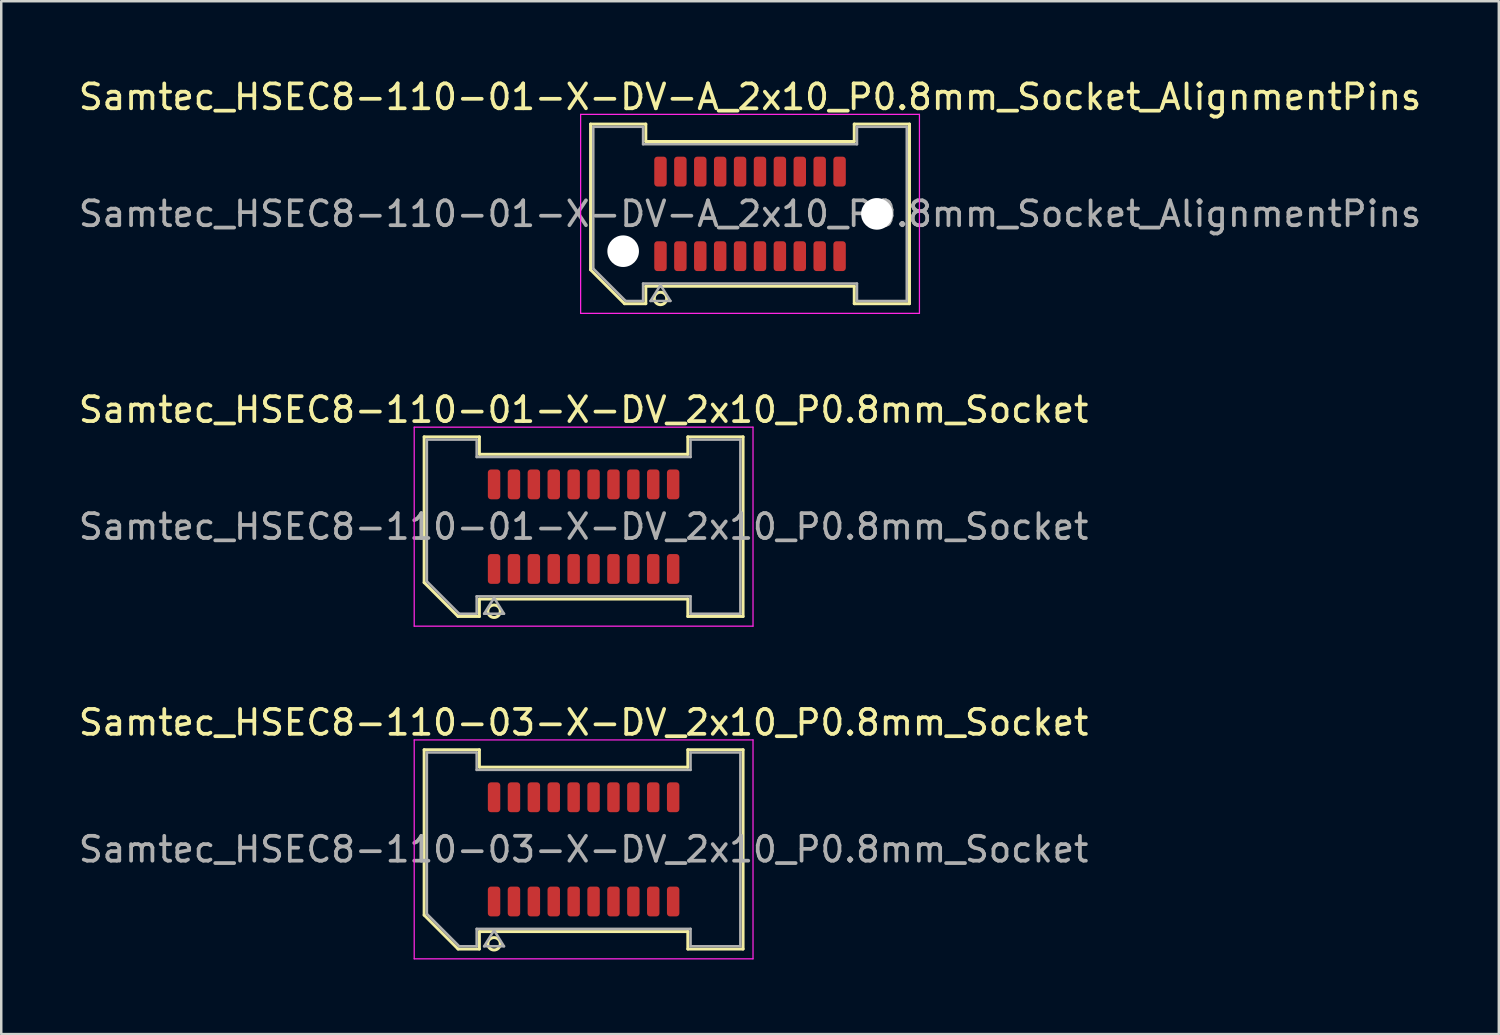
<source format=kicad_pcb>
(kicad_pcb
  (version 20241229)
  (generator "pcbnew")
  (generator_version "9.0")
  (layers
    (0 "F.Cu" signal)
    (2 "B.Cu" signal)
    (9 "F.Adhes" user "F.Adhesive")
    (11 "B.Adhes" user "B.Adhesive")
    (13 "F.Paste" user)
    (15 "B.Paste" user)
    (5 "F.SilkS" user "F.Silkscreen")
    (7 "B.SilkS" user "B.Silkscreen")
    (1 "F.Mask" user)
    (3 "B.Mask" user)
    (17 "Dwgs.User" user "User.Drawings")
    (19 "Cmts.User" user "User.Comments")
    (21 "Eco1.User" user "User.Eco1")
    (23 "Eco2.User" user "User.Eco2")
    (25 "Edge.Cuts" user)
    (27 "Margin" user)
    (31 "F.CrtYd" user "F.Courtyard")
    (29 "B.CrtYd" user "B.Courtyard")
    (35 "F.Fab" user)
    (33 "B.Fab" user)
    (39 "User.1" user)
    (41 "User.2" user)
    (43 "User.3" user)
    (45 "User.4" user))
  (footprint "Samtec_HSEC8-110-01-X-DV-A_2x10_P0.8mm_Socket_AlignmentPins"
    (layer "F.Cu")
    (at 27.101 5.548)
    (property "Reference" "Samtec_HSEC8-110-01-X-DV-A_2x10_P0.8mm_Socket_AlignmentPins" (at 0 -4.7 0) (layer "F.SilkS") (effects (font (size 1 1) (thickness 0.15))))
    (attr smd)
    (fp_line (start -6.41 -3.61) (end -4.19 -3.61) (stroke (width 0.12) (type solid)) (layer "F.SilkS"))
    (fp_line (start -6.41 2.246) (end -6.41 -3.61) (stroke (width 0.12) (type solid)) (layer "F.SilkS"))
    (fp_line (start -5.046 3.61) (end -6.41 2.246) (stroke (width 0.12) (type solid)) (layer "F.SilkS"))
    (fp_line (start -4.19 -3.61) (end -4.19 -2.91) (stroke (width 0.12) (type solid)) (layer "F.SilkS"))
    (fp_line (start -4.19 -2.91) (end 4.19 -2.91) (stroke (width 0.12) (type solid)) (layer "F.SilkS"))
    (fp_line (start -4.19 2.91) (end -4.19 3.61) (stroke (width 0.12) (type solid)) (layer "F.SilkS"))
    (fp_line (start -4.19 3.61) (end -5.046 3.61) (stroke (width 0.12) (type solid)) (layer "F.SilkS"))
    (fp_line (start 4.19 -3.61) (end 6.41 -3.61) (stroke (width 0.12) (type solid)) (layer "F.SilkS"))
    (fp_line (start 4.19 -2.91) (end 4.19 -3.61) (stroke (width 0.12) (type solid)) (layer "F.SilkS"))
    (fp_line (start 4.19 2.91) (end -4.19 2.91) (stroke (width 0.12) (type solid)) (layer "F.SilkS"))
    (fp_line (start 4.19 3.61) (end 4.19 2.91) (stroke (width 0.12) (type solid)) (layer "F.SilkS"))
    (fp_line (start 6.41 -3.61) (end 6.41 3.61) (stroke (width 0.12) (type solid)) (layer "F.SilkS"))
    (fp_line (start 6.41 3.61) (end 4.19 3.61) (stroke (width 0.12) (type solid)) (layer "F.SilkS"))
    (fp_arc (start -3.35 3.4) (mid -3.85 3.4) (end -3.35 3.4) (stroke (width 0.12) (type solid)) (layer "F.SilkS"))
    (fp_line (start -6.81 -4) (end -6.81 4) (stroke (width 0.05) (type solid)) (layer "F.CrtYd"))
    (fp_line (start -6.81 4) (end 6.81 4) (stroke (width 0.05) (type solid)) (layer "F.CrtYd"))
    (fp_line (start 6.81 -4) (end -6.81 -4) (stroke (width 0.05) (type solid)) (layer "F.CrtYd"))
    (fp_line (start 6.81 4) (end 6.81 -4) (stroke (width 0.05) (type solid)) (layer "F.CrtYd"))
    (fp_line (start -6.3 -3.5) (end -4.3 -3.5) (stroke (width 0.1) (type solid)) (layer "F.Fab"))
    (fp_line (start -6.3 2.2) (end -6.3 -3.5) (stroke (width 0.1) (type solid)) (layer "F.Fab"))
    (fp_line (start -5 3.5) (end -6.3 2.2) (stroke (width 0.1) (type solid)) (layer "F.Fab"))
    (fp_line (start -4.3 -3.5) (end -4.3 -2.8) (stroke (width 0.1) (type solid)) (layer "F.Fab"))
    (fp_line (start -4.3 -2.8) (end 4.3 -2.8) (stroke (width 0.1) (type solid)) (layer "F.Fab"))
    (fp_line (start -4.3 2.8) (end -4.3 3.5) (stroke (width 0.1) (type solid)) (layer "F.Fab"))
    (fp_line (start -4.3 3.5) (end -5 3.5) (stroke (width 0.1) (type solid)) (layer "F.Fab"))
    (fp_line (start -4 3.5) (end -3.6 2.86) (stroke (width 0.1) (type solid)) (layer "F.Fab"))
    (fp_line (start -3.6 2.86) (end -3.2 3.5) (stroke (width 0.1) (type solid)) (layer "F.Fab"))
    (fp_line (start -3.2 3.5) (end -4 3.5) (stroke (width 0.1) (type solid)) (layer "F.Fab"))
    (fp_line (start 4.3 -3.5) (end 6.3 -3.5) (stroke (width 0.1) (type solid)) (layer "F.Fab"))
    (fp_line (start 4.3 -2.8) (end 4.3 -3.5) (stroke (width 0.1) (type solid)) (layer "F.Fab"))
    (fp_line (start 4.3 2.8) (end -4.3 2.8) (stroke (width 0.1) (type solid)) (layer "F.Fab"))
    (fp_line (start 4.3 3.5) (end 4.3 2.8) (stroke (width 0.1) (type solid)) (layer "F.Fab"))
    (fp_line (start 6.3 -3.5) (end 6.3 3.5) (stroke (width 0.1) (type solid)) (layer "F.Fab"))
    (fp_line (start 6.3 3.5) (end 4.3 3.5) (stroke (width 0.1) (type solid)) (layer "F.Fab"))
    (fp_text user "${REFERENCE}" (at 0 0 0) (layer "F.Fab") (effects (font (size 1 1) (thickness 0.15))))
    (pad "" np_thru_hole circle (at -5.1 1.5) (size 1.27 1.27) (drill 1.27) (layers "*.Cu" "*.Mask"))
    (pad "" np_thru_hole circle (at 5.1 0) (size 1.27 1.27) (drill 1.27) (layers "*.Cu" "*.Mask"))
    (pad "1" smd roundrect (at -3.6 1.7) (size 0.5 1.2) (layers "F.Cu" "F.Mask" "F.Paste") (roundrect_rratio 0.25))
    (pad "2" smd roundrect (at -3.6 -1.7) (size 0.5 1.2) (layers "F.Cu" "F.Mask" "F.Paste") (roundrect_rratio 0.25))
    (pad "3" smd roundrect (at -2.8 1.7) (size 0.5 1.2) (layers "F.Cu" "F.Mask" "F.Paste") (roundrect_rratio 0.25))
    (pad "4" smd roundrect (at -2.8 -1.7) (size 0.5 1.2) (layers "F.Cu" "F.Mask" "F.Paste") (roundrect_rratio 0.25))
    (pad "5" smd roundrect (at -2 1.7) (size 0.5 1.2) (layers "F.Cu" "F.Mask" "F.Paste") (roundrect_rratio 0.25))
    (pad "6" smd roundrect (at -2 -1.7) (size 0.5 1.2) (layers "F.Cu" "F.Mask" "F.Paste") (roundrect_rratio 0.25))
    (pad "7" smd roundrect (at -1.2 1.7) (size 0.5 1.2) (layers "F.Cu" "F.Mask" "F.Paste") (roundrect_rratio 0.25))
    (pad "8" smd roundrect (at -1.2 -1.7) (size 0.5 1.2) (layers "F.Cu" "F.Mask" "F.Paste") (roundrect_rratio 0.25))
    (pad "9" smd roundrect (at -0.4 1.7) (size 0.5 1.2) (layers "F.Cu" "F.Mask" "F.Paste") (roundrect_rratio 0.25))
    (pad "10" smd roundrect (at -0.4 -1.7) (size 0.5 1.2) (layers "F.Cu" "F.Mask" "F.Paste") (roundrect_rratio 0.25))
    (pad "11" smd roundrect (at 0.4 1.7) (size 0.5 1.2) (layers "F.Cu" "F.Mask" "F.Paste") (roundrect_rratio 0.25))
    (pad "12" smd roundrect (at 0.4 -1.7) (size 0.5 1.2) (layers "F.Cu" "F.Mask" "F.Paste") (roundrect_rratio 0.25))
    (pad "13" smd roundrect (at 1.2 1.7) (size 0.5 1.2) (layers "F.Cu" "F.Mask" "F.Paste") (roundrect_rratio 0.25))
    (pad "14" smd roundrect (at 1.2 -1.7) (size 0.5 1.2) (layers "F.Cu" "F.Mask" "F.Paste") (roundrect_rratio 0.25))
    (pad "15" smd roundrect (at 2 1.7) (size 0.5 1.2) (layers "F.Cu" "F.Mask" "F.Paste") (roundrect_rratio 0.25))
    (pad "16" smd roundrect (at 2 -1.7) (size 0.5 1.2) (layers "F.Cu" "F.Mask" "F.Paste") (roundrect_rratio 0.25))
    (pad "17" smd roundrect (at 2.8 1.7) (size 0.5 1.2) (layers "F.Cu" "F.Mask" "F.Paste") (roundrect_rratio 0.25))
    (pad "18" smd roundrect (at 2.8 -1.7) (size 0.5 1.2) (layers "F.Cu" "F.Mask" "F.Paste") (roundrect_rratio 0.25))
    (pad "19" smd roundrect (at 3.6 1.7) (size 0.5 1.2) (layers "F.Cu" "F.Mask" "F.Paste") (roundrect_rratio 0.25))
    (pad "20" smd roundrect (at 3.6 -1.7) (size 0.5 1.2) (layers "F.Cu" "F.Mask" "F.Paste") (roundrect_rratio 0.25)))
  (footprint "Samtec_HSEC8-110-01-X-DV_2x10_P0.8mm_Socket"
    (layer "F.Cu")
    (at 20.411 18.122)
    (property "Reference" "Samtec_HSEC8-110-01-X-DV_2x10_P0.8mm_Socket" (at 0 -4.7 0) (layer "F.SilkS") (effects (font (size 1 1) (thickness 0.15))))
    (attr smd)
    (fp_line (start -6.41 -3.61) (end -4.19 -3.61) (stroke (width 0.12) (type solid)) (layer "F.SilkS"))
    (fp_line (start -6.41 2.246) (end -6.41 -3.61) (stroke (width 0.12) (type solid)) (layer "F.SilkS"))
    (fp_line (start -5.046 3.61) (end -6.41 2.246) (stroke (width 0.12) (type solid)) (layer "F.SilkS"))
    (fp_line (start -4.19 -3.61) (end -4.19 -2.91) (stroke (width 0.12) (type solid)) (layer "F.SilkS"))
    (fp_line (start -4.19 -2.91) (end 4.19 -2.91) (stroke (width 0.12) (type solid)) (layer "F.SilkS"))
    (fp_line (start -4.19 2.91) (end -4.19 3.61) (stroke (width 0.12) (type solid)) (layer "F.SilkS"))
    (fp_line (start -4.19 3.61) (end -5.046 3.61) (stroke (width 0.12) (type solid)) (layer "F.SilkS"))
    (fp_line (start 4.19 -3.61) (end 6.41 -3.61) (stroke (width 0.12) (type solid)) (layer "F.SilkS"))
    (fp_line (start 4.19 -2.91) (end 4.19 -3.61) (stroke (width 0.12) (type solid)) (layer "F.SilkS"))
    (fp_line (start 4.19 2.91) (end -4.19 2.91) (stroke (width 0.12) (type solid)) (layer "F.SilkS"))
    (fp_line (start 4.19 3.61) (end 4.19 2.91) (stroke (width 0.12) (type solid)) (layer "F.SilkS"))
    (fp_line (start 6.41 -3.61) (end 6.41 3.61) (stroke (width 0.12) (type solid)) (layer "F.SilkS"))
    (fp_line (start 6.41 3.61) (end 4.19 3.61) (stroke (width 0.12) (type solid)) (layer "F.SilkS"))
    (fp_arc (start -3.35 3.4) (mid -3.85 3.4) (end -3.35 3.4) (stroke (width 0.12) (type solid)) (layer "F.SilkS"))
    (fp_line (start -6.81 -4) (end -6.81 4) (stroke (width 0.05) (type solid)) (layer "F.CrtYd"))
    (fp_line (start -6.81 4) (end 6.81 4) (stroke (width 0.05) (type solid)) (layer "F.CrtYd"))
    (fp_line (start 6.81 -4) (end -6.81 -4) (stroke (width 0.05) (type solid)) (layer "F.CrtYd"))
    (fp_line (start 6.81 4) (end 6.81 -4) (stroke (width 0.05) (type solid)) (layer "F.CrtYd"))
    (fp_line (start -6.3 -3.5) (end -4.3 -3.5) (stroke (width 0.1) (type solid)) (layer "F.Fab"))
    (fp_line (start -6.3 2.2) (end -6.3 -3.5) (stroke (width 0.1) (type solid)) (layer "F.Fab"))
    (fp_line (start -5 3.5) (end -6.3 2.2) (stroke (width 0.1) (type solid)) (layer "F.Fab"))
    (fp_line (start -4.3 -3.5) (end -4.3 -2.8) (stroke (width 0.1) (type solid)) (layer "F.Fab"))
    (fp_line (start -4.3 -2.8) (end 4.3 -2.8) (stroke (width 0.1) (type solid)) (layer "F.Fab"))
    (fp_line (start -4.3 2.8) (end -4.3 3.5) (stroke (width 0.1) (type solid)) (layer "F.Fab"))
    (fp_line (start -4.3 3.5) (end -5 3.5) (stroke (width 0.1) (type solid)) (layer "F.Fab"))
    (fp_line (start -4 3.5) (end -3.6 2.86) (stroke (width 0.1) (type solid)) (layer "F.Fab"))
    (fp_line (start -3.6 2.86) (end -3.2 3.5) (stroke (width 0.1) (type solid)) (layer "F.Fab"))
    (fp_line (start -3.2 3.5) (end -4 3.5) (stroke (width 0.1) (type solid)) (layer "F.Fab"))
    (fp_line (start 4.3 -3.5) (end 6.3 -3.5) (stroke (width 0.1) (type solid)) (layer "F.Fab"))
    (fp_line (start 4.3 -2.8) (end 4.3 -3.5) (stroke (width 0.1) (type solid)) (layer "F.Fab"))
    (fp_line (start 4.3 2.8) (end -4.3 2.8) (stroke (width 0.1) (type solid)) (layer "F.Fab"))
    (fp_line (start 4.3 3.5) (end 4.3 2.8) (stroke (width 0.1) (type solid)) (layer "F.Fab"))
    (fp_line (start 6.3 -3.5) (end 6.3 3.5) (stroke (width 0.1) (type solid)) (layer "F.Fab"))
    (fp_line (start 6.3 3.5) (end 4.3 3.5) (stroke (width 0.1) (type solid)) (layer "F.Fab"))
    (fp_text user "${REFERENCE}" (at 0 0 0) (layer "F.Fab") (effects (font (size 1 1) (thickness 0.15))))
    (pad "1" smd roundrect (at -3.6 1.7) (size 0.5 1.2) (layers "F.Cu" "F.Mask" "F.Paste") (roundrect_rratio 0.25))
    (pad "2" smd roundrect (at -3.6 -1.7) (size 0.5 1.2) (layers "F.Cu" "F.Mask" "F.Paste") (roundrect_rratio 0.25))
    (pad "3" smd roundrect (at -2.8 1.7) (size 0.5 1.2) (layers "F.Cu" "F.Mask" "F.Paste") (roundrect_rratio 0.25))
    (pad "4" smd roundrect (at -2.8 -1.7) (size 0.5 1.2) (layers "F.Cu" "F.Mask" "F.Paste") (roundrect_rratio 0.25))
    (pad "5" smd roundrect (at -2 1.7) (size 0.5 1.2) (layers "F.Cu" "F.Mask" "F.Paste") (roundrect_rratio 0.25))
    (pad "6" smd roundrect (at -2 -1.7) (size 0.5 1.2) (layers "F.Cu" "F.Mask" "F.Paste") (roundrect_rratio 0.25))
    (pad "7" smd roundrect (at -1.2 1.7) (size 0.5 1.2) (layers "F.Cu" "F.Mask" "F.Paste") (roundrect_rratio 0.25))
    (pad "8" smd roundrect (at -1.2 -1.7) (size 0.5 1.2) (layers "F.Cu" "F.Mask" "F.Paste") (roundrect_rratio 0.25))
    (pad "9" smd roundrect (at -0.4 1.7) (size 0.5 1.2) (layers "F.Cu" "F.Mask" "F.Paste") (roundrect_rratio 0.25))
    (pad "10" smd roundrect (at -0.4 -1.7) (size 0.5 1.2) (layers "F.Cu" "F.Mask" "F.Paste") (roundrect_rratio 0.25))
    (pad "11" smd roundrect (at 0.4 1.7) (size 0.5 1.2) (layers "F.Cu" "F.Mask" "F.Paste") (roundrect_rratio 0.25))
    (pad "12" smd roundrect (at 0.4 -1.7) (size 0.5 1.2) (layers "F.Cu" "F.Mask" "F.Paste") (roundrect_rratio 0.25))
    (pad "13" smd roundrect (at 1.2 1.7) (size 0.5 1.2) (layers "F.Cu" "F.Mask" "F.Paste") (roundrect_rratio 0.25))
    (pad "14" smd roundrect (at 1.2 -1.7) (size 0.5 1.2) (layers "F.Cu" "F.Mask" "F.Paste") (roundrect_rratio 0.25))
    (pad "15" smd roundrect (at 2 1.7) (size 0.5 1.2) (layers "F.Cu" "F.Mask" "F.Paste") (roundrect_rratio 0.25))
    (pad "16" smd roundrect (at 2 -1.7) (size 0.5 1.2) (layers "F.Cu" "F.Mask" "F.Paste") (roundrect_rratio 0.25))
    (pad "17" smd roundrect (at 2.8 1.7) (size 0.5 1.2) (layers "F.Cu" "F.Mask" "F.Paste") (roundrect_rratio 0.25))
    (pad "18" smd roundrect (at 2.8 -1.7) (size 0.5 1.2) (layers "F.Cu" "F.Mask" "F.Paste") (roundrect_rratio 0.25))
    (pad "19" smd roundrect (at 3.6 1.7) (size 0.5 1.2) (layers "F.Cu" "F.Mask" "F.Paste") (roundrect_rratio 0.25))
    (pad "20" smd roundrect (at 3.6 -1.7) (size 0.5 1.2) (layers "F.Cu" "F.Mask" "F.Paste") (roundrect_rratio 0.25)))
  (footprint "Samtec_HSEC8-110-03-X-DV_2x10_P0.8mm_Socket"
    (layer "F.Cu")
    (at 20.411 31.095)
    (property "Reference" "Samtec_HSEC8-110-03-X-DV_2x10_P0.8mm_Socket" (at 0 -5.1 0) (layer "F.SilkS") (effects (font (size 1 1) (thickness 0.15))))
    (attr smd)
    (fp_line (start -6.41 -4.005) (end -4.19 -4.005) (stroke (width 0.12) (type solid)) (layer "F.SilkS"))
    (fp_line (start -6.41 2.641) (end -6.41 -4.005) (stroke (width 0.12) (type solid)) (layer "F.SilkS"))
    (fp_line (start -5.046 4.005) (end -6.41 2.641) (stroke (width 0.12) (type solid)) (layer "F.SilkS"))
    (fp_line (start -4.19 -4.005) (end -4.19 -3.305) (stroke (width 0.12) (type solid)) (layer "F.SilkS"))
    (fp_line (start -4.19 -3.305) (end 4.19 -3.305) (stroke (width 0.12) (type solid)) (layer "F.SilkS"))
    (fp_line (start -4.19 3.305) (end -4.19 4.005) (stroke (width 0.12) (type solid)) (layer "F.SilkS"))
    (fp_line (start -4.19 4.005) (end -5.046 4.005) (stroke (width 0.12) (type solid)) (layer "F.SilkS"))
    (fp_line (start 4.19 -4.005) (end 6.41 -4.005) (stroke (width 0.12) (type solid)) (layer "F.SilkS"))
    (fp_line (start 4.19 -3.305) (end 4.19 -4.005) (stroke (width 0.12) (type solid)) (layer "F.SilkS"))
    (fp_line (start 4.19 3.305) (end -4.19 3.305) (stroke (width 0.12) (type solid)) (layer "F.SilkS"))
    (fp_line (start 4.19 4.005) (end 4.19 3.305) (stroke (width 0.12) (type solid)) (layer "F.SilkS"))
    (fp_line (start 6.41 -4.005) (end 6.41 4.005) (stroke (width 0.12) (type solid)) (layer "F.SilkS"))
    (fp_line (start 6.41 4.005) (end 4.19 4.005) (stroke (width 0.12) (type solid)) (layer "F.SilkS"))
    (fp_arc (start -3.35 3.795) (mid -3.85 3.795) (end -3.35 3.795) (stroke (width 0.12) (type solid)) (layer "F.SilkS"))
    (fp_line (start -6.81 -4.4) (end -6.81 4.4) (stroke (width 0.05) (type solid)) (layer "F.CrtYd"))
    (fp_line (start -6.81 4.4) (end 6.81 4.4) (stroke (width 0.05) (type solid)) (layer "F.CrtYd"))
    (fp_line (start 6.81 -4.4) (end -6.81 -4.4) (stroke (width 0.05) (type solid)) (layer "F.CrtYd"))
    (fp_line (start 6.81 4.4) (end 6.81 -4.4) (stroke (width 0.05) (type solid)) (layer "F.CrtYd"))
    (fp_line (start -6.3 -3.895) (end -4.3 -3.895) (stroke (width 0.1) (type solid)) (layer "F.Fab"))
    (fp_line (start -6.3 2.595) (end -6.3 -3.895) (stroke (width 0.1) (type solid)) (layer "F.Fab"))
    (fp_line (start -5 3.895) (end -6.3 2.595) (stroke (width 0.1) (type solid)) (layer "F.Fab"))
    (fp_line (start -4.3 -3.895) (end -4.3 -3.195) (stroke (width 0.1) (type solid)) (layer "F.Fab"))
    (fp_line (start -4.3 -3.195) (end 4.3 -3.195) (stroke (width 0.1) (type solid)) (layer "F.Fab"))
    (fp_line (start -4.3 3.195) (end -4.3 3.895) (stroke (width 0.1) (type solid)) (layer "F.Fab"))
    (fp_line (start -4.3 3.895) (end -5 3.895) (stroke (width 0.1) (type solid)) (layer "F.Fab"))
    (fp_line (start -4 3.895) (end -3.6 3.255) (stroke (width 0.1) (type solid)) (layer "F.Fab"))
    (fp_line (start -3.6 3.255) (end -3.2 3.895) (stroke (width 0.1) (type solid)) (layer "F.Fab"))
    (fp_line (start -3.2 3.895) (end -4 3.895) (stroke (width 0.1) (type solid)) (layer "F.Fab"))
    (fp_line (start 4.3 -3.895) (end 6.3 -3.895) (stroke (width 0.1) (type solid)) (layer "F.Fab"))
    (fp_line (start 4.3 -3.195) (end 4.3 -3.895) (stroke (width 0.1) (type solid)) (layer "F.Fab"))
    (fp_line (start 4.3 3.195) (end -4.3 3.195) (stroke (width 0.1) (type solid)) (layer "F.Fab"))
    (fp_line (start 4.3 3.895) (end 4.3 3.195) (stroke (width 0.1) (type solid)) (layer "F.Fab"))
    (fp_line (start 6.3 -3.895) (end 6.3 3.895) (stroke (width 0.1) (type solid)) (layer "F.Fab"))
    (fp_line (start 6.3 3.895) (end 4.3 3.895) (stroke (width 0.1) (type solid)) (layer "F.Fab"))
    (fp_text user "${REFERENCE}" (at 0 0 0) (layer "F.Fab") (effects (font (size 1 1) (thickness 0.15))))
    (pad "1" smd roundrect (at -3.6 2.095) (size 0.5 1.2) (layers "F.Cu" "F.Mask" "F.Paste") (roundrect_rratio 0.25))
    (pad "2" smd roundrect (at -3.6 -2.095) (size 0.5 1.2) (layers "F.Cu" "F.Mask" "F.Paste") (roundrect_rratio 0.25))
    (pad "3" smd roundrect (at -2.8 2.095) (size 0.5 1.2) (layers "F.Cu" "F.Mask" "F.Paste") (roundrect_rratio 0.25))
    (pad "4" smd roundrect (at -2.8 -2.095) (size 0.5 1.2) (layers "F.Cu" "F.Mask" "F.Paste") (roundrect_rratio 0.25))
    (pad "5" smd roundrect (at -2 2.095) (size 0.5 1.2) (layers "F.Cu" "F.Mask" "F.Paste") (roundrect_rratio 0.25))
    (pad "6" smd roundrect (at -2 -2.095) (size 0.5 1.2) (layers "F.Cu" "F.Mask" "F.Paste") (roundrect_rratio 0.25))
    (pad "7" smd roundrect (at -1.2 2.095) (size 0.5 1.2) (layers "F.Cu" "F.Mask" "F.Paste") (roundrect_rratio 0.25))
    (pad "8" smd roundrect (at -1.2 -2.095) (size 0.5 1.2) (layers "F.Cu" "F.Mask" "F.Paste") (roundrect_rratio 0.25))
    (pad "9" smd roundrect (at -0.4 2.095) (size 0.5 1.2) (layers "F.Cu" "F.Mask" "F.Paste") (roundrect_rratio 0.25))
    (pad "10" smd roundrect (at -0.4 -2.095) (size 0.5 1.2) (layers "F.Cu" "F.Mask" "F.Paste") (roundrect_rratio 0.25))
    (pad "11" smd roundrect (at 0.4 2.095) (size 0.5 1.2) (layers "F.Cu" "F.Mask" "F.Paste") (roundrect_rratio 0.25))
    (pad "12" smd roundrect (at 0.4 -2.095) (size 0.5 1.2) (layers "F.Cu" "F.Mask" "F.Paste") (roundrect_rratio 0.25))
    (pad "13" smd roundrect (at 1.2 2.095) (size 0.5 1.2) (layers "F.Cu" "F.Mask" "F.Paste") (roundrect_rratio 0.25))
    (pad "14" smd roundrect (at 1.2 -2.095) (size 0.5 1.2) (layers "F.Cu" "F.Mask" "F.Paste") (roundrect_rratio 0.25))
    (pad "15" smd roundrect (at 2 2.095) (size 0.5 1.2) (layers "F.Cu" "F.Mask" "F.Paste") (roundrect_rratio 0.25))
    (pad "16" smd roundrect (at 2 -2.095) (size 0.5 1.2) (layers "F.Cu" "F.Mask" "F.Paste") (roundrect_rratio 0.25))
    (pad "17" smd roundrect (at 2.8 2.095) (size 0.5 1.2) (layers "F.Cu" "F.Mask" "F.Paste") (roundrect_rratio 0.25))
    (pad "18" smd roundrect (at 2.8 -2.095) (size 0.5 1.2) (layers "F.Cu" "F.Mask" "F.Paste") (roundrect_rratio 0.25))
    (pad "19" smd roundrect (at 3.6 2.095) (size 0.5 1.2) (layers "F.Cu" "F.Mask" "F.Paste") (roundrect_rratio 0.25))
    (pad "20" smd roundrect (at 3.6 -2.095) (size 0.5 1.2) (layers "F.Cu" "F.Mask" "F.Paste") (roundrect_rratio 0.25)))
  (gr_rect
    (start -3 -3)
    (end 57.202 38.52)
    (stroke (width 0.1) (type default))
    (fill no)
    (layer "Edge.Cuts")))
</source>
